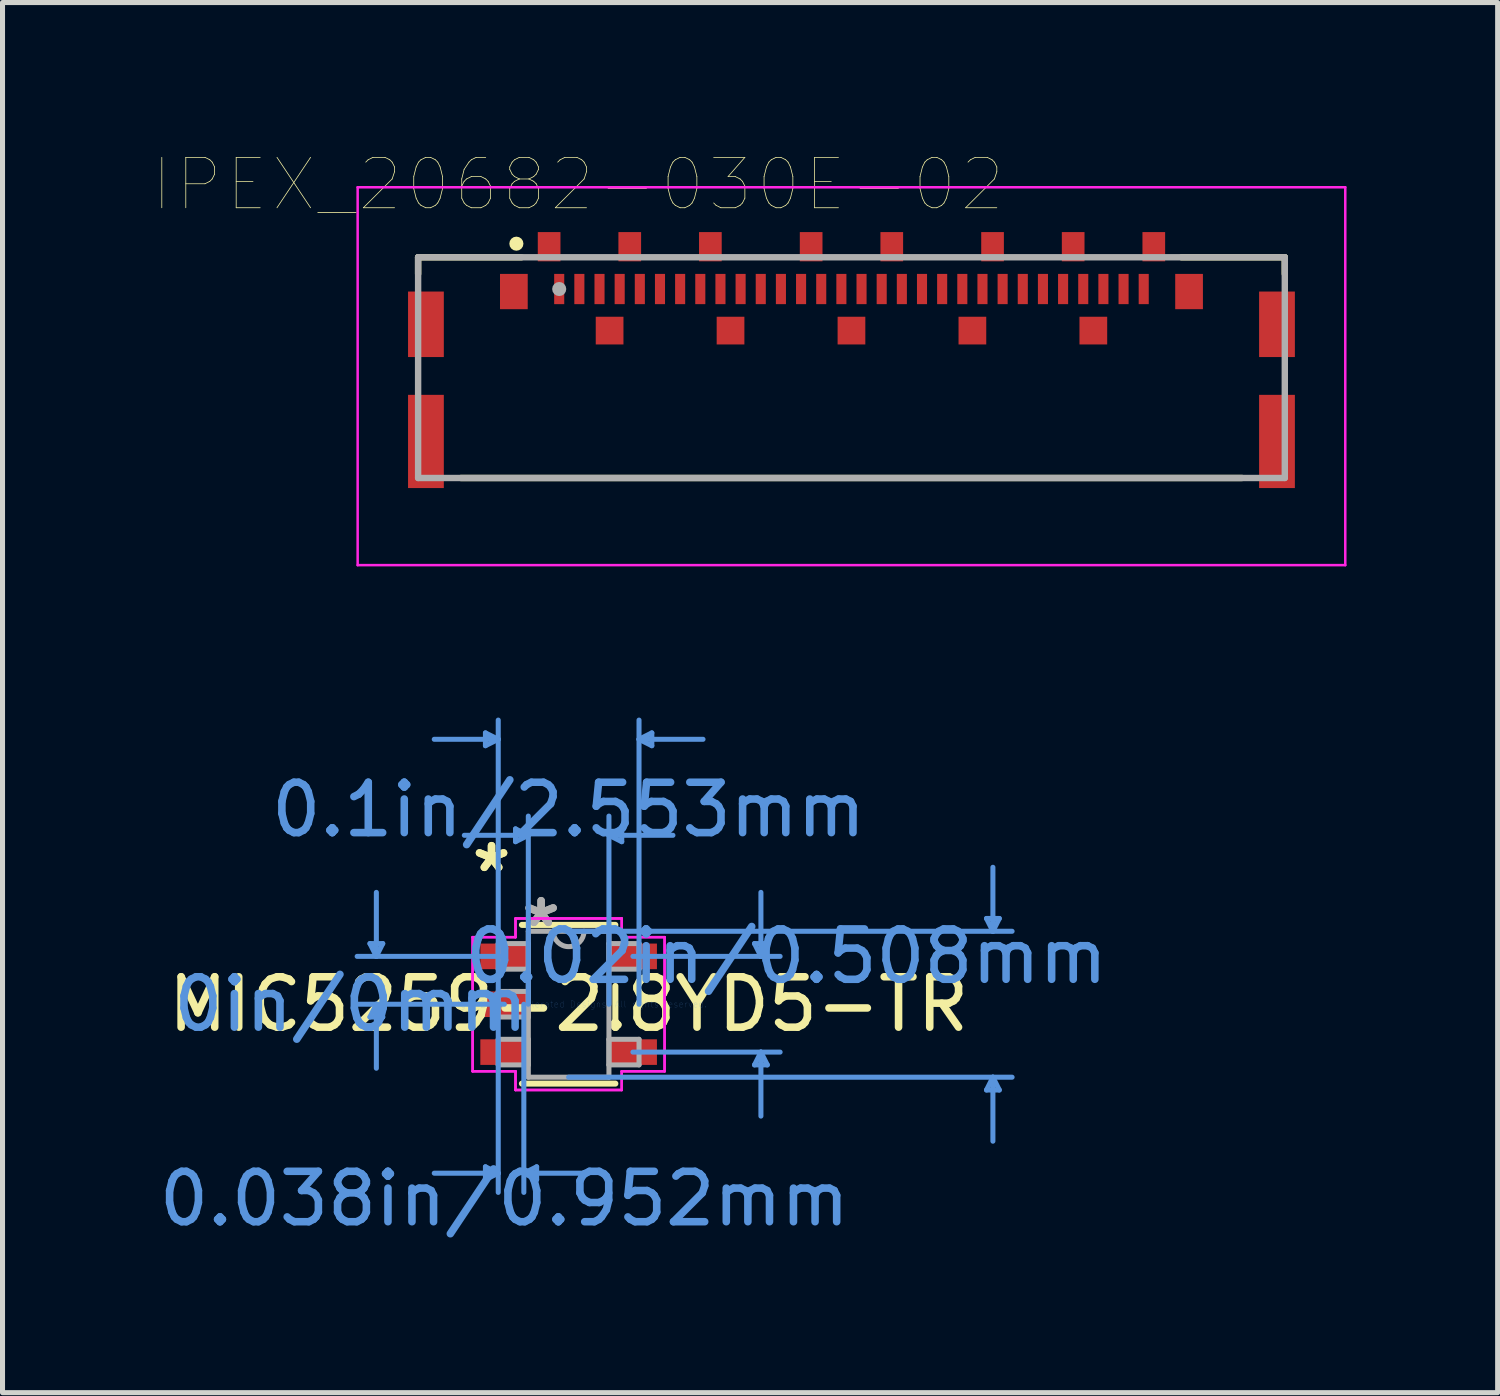
<source format=kicad_pcb>
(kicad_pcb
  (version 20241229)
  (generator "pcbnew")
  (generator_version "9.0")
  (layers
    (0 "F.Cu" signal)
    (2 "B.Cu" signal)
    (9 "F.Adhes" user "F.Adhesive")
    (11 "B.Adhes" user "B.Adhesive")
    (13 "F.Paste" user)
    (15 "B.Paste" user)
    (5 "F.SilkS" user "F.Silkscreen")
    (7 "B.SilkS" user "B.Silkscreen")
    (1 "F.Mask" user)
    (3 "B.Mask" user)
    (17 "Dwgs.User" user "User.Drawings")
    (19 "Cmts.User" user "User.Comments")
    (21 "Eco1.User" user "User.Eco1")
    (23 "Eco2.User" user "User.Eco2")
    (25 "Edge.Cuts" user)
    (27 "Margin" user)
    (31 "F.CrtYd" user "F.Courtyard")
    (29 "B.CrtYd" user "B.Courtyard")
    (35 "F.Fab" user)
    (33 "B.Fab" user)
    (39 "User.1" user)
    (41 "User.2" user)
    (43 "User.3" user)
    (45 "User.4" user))
  (footprint "IPEX_20682-030E-02"
    (layer "F.Cu")
    (at 13.848 2.686)
    (property "Reference" "IPEX_20682-030E-02" (at -5.425 -2.075 0) (layer "F.SilkS") (effects (font (size 1 1) (thickness 0.015))))
    (attr through_hole)
    (fp_line (start -8.6 -0.63) (end -6.55 -0.63) (stroke (width 0.127) (type solid)) (layer "F.SilkS"))
    (fp_line (start -8.6 -0.3) (end -8.6 -0.63) (stroke (width 0.127) (type solid)) (layer "F.SilkS"))
    (fp_line (start -7.75 3.75) (end 7.75 3.75) (stroke (width 0.127) (type solid)) (layer "F.SilkS"))
    (fp_line (start 8.6 -0.63) (end 6.55 -0.63) (stroke (width 0.127) (type solid)) (layer "F.SilkS"))
    (fp_line (start 8.6 -0.3) (end 8.6 -0.63) (stroke (width 0.127) (type solid)) (layer "F.SilkS"))
    (fp_circle (center -6.65 -0.9) (end -6.58 -0.9) (stroke (width 0.14) (type solid)) (fill no) (layer "F.SilkS"))
    (fp_line (start -9.8 -2.02) (end 9.8 -2.02) (stroke (width 0.05) (type solid)) (layer "F.CrtYd"))
    (fp_line (start -9.8 5.48) (end -9.8 -2.02) (stroke (width 0.05) (type solid)) (layer "F.CrtYd"))
    (fp_line (start 9.8 -2.02) (end 9.8 5.48) (stroke (width 0.05) (type solid)) (layer "F.CrtYd"))
    (fp_line (start 9.8 5.48) (end -9.8 5.48) (stroke (width 0.05) (type solid)) (layer "F.CrtYd"))
    (fp_line (start -8.6 -0.63) (end 8.6 -0.63) (stroke (width 0.127) (type solid)) (layer "F.Fab"))
    (fp_line (start -8.6 3.75) (end -8.6 -0.63) (stroke (width 0.127) (type solid)) (layer "F.Fab"))
    (fp_line (start 8.6 -0.63) (end 8.6 3.75) (stroke (width 0.127) (type solid)) (layer "F.Fab"))
    (fp_line (start 8.6 3.75) (end -8.6 3.75) (stroke (width 0.127) (type solid)) (layer "F.Fab"))
    (fp_circle (center -5.8 0) (end -5.73 0) (stroke (width 0.14) (type solid)) (fill no) (layer "F.Fab"))
    (pad "1" smd rect (at -5.8 0) (size 0.2 0.6) (layers "F.Cu" "F.Mask" "F.Paste"))
    (pad "2" smd rect (at -5.4 0) (size 0.2 0.6) (layers "F.Cu" "F.Mask" "F.Paste"))
    (pad "3" smd rect (at -5 0) (size 0.2 0.6) (layers "F.Cu" "F.Mask" "F.Paste"))
    (pad "4" smd rect (at -4.6 0) (size 0.2 0.6) (layers "F.Cu" "F.Mask" "F.Paste"))
    (pad "5" smd rect (at -4.2 0) (size 0.2 0.6) (layers "F.Cu" "F.Mask" "F.Paste"))
    (pad "6" smd rect (at -3.8 0) (size 0.2 0.6) (layers "F.Cu" "F.Mask" "F.Paste"))
    (pad "7" smd rect (at -3.4 0) (size 0.2 0.6) (layers "F.Cu" "F.Mask" "F.Paste"))
    (pad "8" smd rect (at -3 0) (size 0.2 0.6) (layers "F.Cu" "F.Mask" "F.Paste"))
    (pad "9" smd rect (at -2.6 0) (size 0.2 0.6) (layers "F.Cu" "F.Mask" "F.Paste"))
    (pad "10" smd rect (at -2.2 0) (size 0.2 0.6) (layers "F.Cu" "F.Mask" "F.Paste"))
    (pad "11" smd rect (at -1.8 0) (size 0.2 0.6) (layers "F.Cu" "F.Mask" "F.Paste"))
    (pad "12" smd rect (at -1.4 0) (size 0.2 0.6) (layers "F.Cu" "F.Mask" "F.Paste"))
    (pad "13" smd rect (at -1 0) (size 0.2 0.6) (layers "F.Cu" "F.Mask" "F.Paste"))
    (pad "14" smd rect (at -0.6 0) (size 0.2 0.6) (layers "F.Cu" "F.Mask" "F.Paste"))
    (pad "15" smd rect (at -0.2 0) (size 0.2 0.6) (layers "F.Cu" "F.Mask" "F.Paste"))
    (pad "16" smd rect (at 0.2 0) (size 0.2 0.6) (layers "F.Cu" "F.Mask" "F.Paste"))
    (pad "17" smd rect (at 0.6 0) (size 0.2 0.6) (layers "F.Cu" "F.Mask" "F.Paste"))
    (pad "18" smd rect (at 1 0) (size 0.2 0.6) (layers "F.Cu" "F.Mask" "F.Paste"))
    (pad "19" smd rect (at 1.4 0) (size 0.2 0.6) (layers "F.Cu" "F.Mask" "F.Paste"))
    (pad "20" smd rect (at 1.8 0) (size 0.2 0.6) (layers "F.Cu" "F.Mask" "F.Paste"))
    (pad "21" smd rect (at 2.2 0) (size 0.2 0.6) (layers "F.Cu" "F.Mask" "F.Paste"))
    (pad "22" smd rect (at 2.6 0) (size 0.2 0.6) (layers "F.Cu" "F.Mask" "F.Paste"))
    (pad "23" smd rect (at 3 0) (size 0.2 0.6) (layers "F.Cu" "F.Mask" "F.Paste"))
    (pad "24" smd rect (at 3.4 0) (size 0.2 0.6) (layers "F.Cu" "F.Mask" "F.Paste"))
    (pad "25" smd rect (at 3.8 0) (size 0.2 0.6) (layers "F.Cu" "F.Mask" "F.Paste"))
    (pad "26" smd rect (at 4.2 0) (size 0.2 0.6) (layers "F.Cu" "F.Mask" "F.Paste"))
    (pad "27" smd rect (at 4.6 0) (size 0.2 0.6) (layers "F.Cu" "F.Mask" "F.Paste"))
    (pad "28" smd rect (at 5 0) (size 0.2 0.6) (layers "F.Cu" "F.Mask" "F.Paste"))
    (pad "29" smd rect (at 5.4 0) (size 0.2 0.6) (layers "F.Cu" "F.Mask" "F.Paste"))
    (pad "30" smd rect (at 5.8 0) (size 0.2 0.6) (layers "F.Cu" "F.Mask" "F.Paste"))
    (pad "S1" smd rect (at -8.445 0.7) (size 0.71 1.3) (layers "F.Cu" "F.Mask" "F.Paste"))
    (pad "S2" smd rect (at 8.445 0.7) (size 0.71 1.3) (layers "F.Cu" "F.Mask" "F.Paste"))
    (pad "S3" smd rect (at -8.445 3.025) (size 0.71 1.85) (layers "F.Cu" "F.Mask" "F.Paste"))
    (pad "S4" smd rect (at 8.445 3.025) (size 0.71 1.85) (layers "F.Cu" "F.Mask" "F.Paste"))
    (pad "S5" smd rect (at -4.8 0.825) (size 0.55 0.55) (layers "F.Cu" "F.Mask" "F.Paste"))
    (pad "S6" smd rect (at -2.4 0.825) (size 0.55 0.55) (layers "F.Cu" "F.Mask" "F.Paste"))
    (pad "S7" smd rect (at 0 0.825) (size 0.55 0.55) (layers "F.Cu" "F.Mask" "F.Paste"))
    (pad "S8" smd rect (at -6 -0.84) (size 0.45 0.58) (layers "F.Cu" "F.Mask" "F.Paste"))
    (pad "S9" smd rect (at -4.4 -0.84) (size 0.45 0.58) (layers "F.Cu" "F.Mask" "F.Paste"))
    (pad "S10" smd rect (at -2.8 -0.84) (size 0.45 0.58) (layers "F.Cu" "F.Mask" "F.Paste"))
    (pad "S11" smd rect (at -0.8 -0.84) (size 0.45 0.58) (layers "F.Cu" "F.Mask" "F.Paste"))
    (pad "S12" smd rect (at -6.7 0.05) (size 0.55 0.7) (layers "F.Cu" "F.Mask" "F.Paste"))
    (pad "S13" smd rect (at 6.7 0.05) (size 0.55 0.7) (layers "F.Cu" "F.Mask" "F.Paste"))
    (pad "S14" smd rect (at 2.4 0.825) (size 0.55 0.55) (layers "F.Cu" "F.Mask" "F.Paste"))
    (pad "S15" smd rect (at 4.8 0.825) (size 0.55 0.55) (layers "F.Cu" "F.Mask" "F.Paste"))
    (pad "S16" smd rect (at 0.8 -0.84) (size 0.45 0.58) (layers "F.Cu" "F.Mask" "F.Paste"))
    (pad "S17" smd rect (at 2.8 -0.84) (size 0.45 0.58) (layers "F.Cu" "F.Mask" "F.Paste"))
    (pad "S18" smd rect (at 6 -0.84) (size 0.45 0.58) (layers "F.Cu" "F.Mask" "F.Paste"))
    (pad "S19" smd rect (at 4.4 -0.84) (size 0.45 0.58) (layers "F.Cu" "F.Mask" "F.Paste")))
  (footprint "MIC5259-2.8YD5-TR"
    (layer "F.Cu")
    (at 8.235 16.88)
    (property "Reference" "MIC5259-2.8YD5-TR" (at 0 0 0) (layer "F.SilkS") (effects (font (size 1 1) (thickness 0.15))))
    (attr through_hole)
    (fp_line (start -0.927 1.575) (end 0.927 1.575) (stroke (width 0.12) (type solid)) (layer "F.SilkS"))
    (fp_line (start 0.927 -1.575) (end -0.927 -1.575) (stroke (width 0.12) (type solid)) (layer "F.SilkS"))
    (fp_line (start 0.927 0.363) (end 0.927 -0.363) (stroke (width 0.12) (type solid)) (layer "F.SilkS"))
    (fp_line (start -3.943 -1.204) (end -3.689 -1.204) (stroke (width 0.1) (type solid)) (layer "Cmts.User"))
    (fp_line (start -3.943 0.254) (end -3.689 0.254) (stroke (width 0.1) (type solid)) (layer "Cmts.User"))
    (fp_line (start -3.816 -0.95) (end -3.943 -1.204) (stroke (width 0.1) (type solid)) (layer "Cmts.User"))
    (fp_line (start -3.816 -0.95) (end -3.816 -2.22) (stroke (width 0.1) (type solid)) (layer "Cmts.User"))
    (fp_line (start -3.816 -0.95) (end -3.689 -1.204) (stroke (width 0.1) (type solid)) (layer "Cmts.User"))
    (fp_line (start -3.816 0) (end -3.943 0.254) (stroke (width 0.1) (type solid)) (layer "Cmts.User"))
    (fp_line (start -3.816 0) (end -3.816 1.27) (stroke (width 0.1) (type solid)) (layer "Cmts.User"))
    (fp_line (start -3.816 0) (end -3.689 0.254) (stroke (width 0.1) (type solid)) (layer "Cmts.User"))
    (fp_line (start -1.651 -5.385) (end -1.651 -5.131) (stroke (width 0.1) (type solid)) (layer "Cmts.User"))
    (fp_line (start -1.651 3.226) (end -1.651 3.48) (stroke (width 0.1) (type solid)) (layer "Cmts.User"))
    (fp_line (start -1.397 -5.258) (end -2.667 -5.258) (stroke (width 0.1) (type solid)) (layer "Cmts.User"))
    (fp_line (start -1.397 -5.258) (end -1.651 -5.385) (stroke (width 0.1) (type solid)) (layer "Cmts.User"))
    (fp_line (start -1.397 -5.258) (end -1.651 -5.131) (stroke (width 0.1) (type solid)) (layer "Cmts.User"))
    (fp_line (start -1.397 0) (end -1.397 -5.639) (stroke (width 0.1) (type solid)) (layer "Cmts.User"))
    (fp_line (start -1.397 0) (end -1.397 3.734) (stroke (width 0.1) (type solid)) (layer "Cmts.User"))
    (fp_line (start -1.397 3.353) (end -2.667 3.353) (stroke (width 0.1) (type solid)) (layer "Cmts.User"))
    (fp_line (start -1.397 3.353) (end -1.651 3.226) (stroke (width 0.1) (type solid)) (layer "Cmts.User"))
    (fp_line (start -1.397 3.353) (end -1.651 3.48) (stroke (width 0.1) (type solid)) (layer "Cmts.User"))
    (fp_line (start -1.276 -0.95) (end -4.197 -0.95) (stroke (width 0.1) (type solid)) (layer "Cmts.User"))
    (fp_line (start -1.276 0) (end -4.197 0) (stroke (width 0.1) (type solid)) (layer "Cmts.User"))
    (fp_line (start -1.054 -3.48) (end -1.054 -3.226) (stroke (width 0.1) (type solid)) (layer "Cmts.User"))
    (fp_line (start -0.889 0) (end -0.889 3.734) (stroke (width 0.1) (type solid)) (layer "Cmts.User"))
    (fp_line (start -0.889 3.353) (end -0.635 3.226) (stroke (width 0.1) (type solid)) (layer "Cmts.User"))
    (fp_line (start -0.889 3.353) (end -0.635 3.48) (stroke (width 0.1) (type solid)) (layer "Cmts.User"))
    (fp_line (start -0.889 3.353) (end 0.381 3.353) (stroke (width 0.1) (type solid)) (layer "Cmts.User"))
    (fp_line (start -0.8 -3.353) (end -2.07 -3.353) (stroke (width 0.1) (type solid)) (layer "Cmts.User"))
    (fp_line (start -0.8 -3.353) (end -1.054 -3.48) (stroke (width 0.1) (type solid)) (layer "Cmts.User"))
    (fp_line (start -0.8 -3.353) (end -1.054 -3.226) (stroke (width 0.1) (type solid)) (layer "Cmts.User"))
    (fp_line (start -0.8 0) (end -0.8 -3.734) (stroke (width 0.1) (type solid)) (layer "Cmts.User"))
    (fp_line (start -0.635 3.226) (end -0.635 3.48) (stroke (width 0.1) (type solid)) (layer "Cmts.User"))
    (fp_line (start 0 -1.448) (end 8.801 -1.448) (stroke (width 0.1) (type solid)) (layer "Cmts.User"))
    (fp_line (start 0 1.448) (end 8.801 1.448) (stroke (width 0.1) (type solid)) (layer "Cmts.User"))
    (fp_line (start 0.8 -3.353) (end 1.054 -3.48) (stroke (width 0.1) (type solid)) (layer "Cmts.User"))
    (fp_line (start 0.8 -3.353) (end 1.054 -3.226) (stroke (width 0.1) (type solid)) (layer "Cmts.User"))
    (fp_line (start 0.8 -3.353) (end 2.07 -3.353) (stroke (width 0.1) (type solid)) (layer "Cmts.User"))
    (fp_line (start 0.8 0) (end 0.8 -3.734) (stroke (width 0.1) (type solid)) (layer "Cmts.User"))
    (fp_line (start 1.054 -3.48) (end 1.054 -3.226) (stroke (width 0.1) (type solid)) (layer "Cmts.User"))
    (fp_line (start 1.276 -0.95) (end 4.197 -0.95) (stroke (width 0.1) (type solid)) (layer "Cmts.User"))
    (fp_line (start 1.276 0.95) (end 4.197 0.95) (stroke (width 0.1) (type solid)) (layer "Cmts.User"))
    (fp_line (start 1.397 -5.258) (end 1.651 -5.385) (stroke (width 0.1) (type solid)) (layer "Cmts.User"))
    (fp_line (start 1.397 -5.258) (end 1.651 -5.131) (stroke (width 0.1) (type solid)) (layer "Cmts.User"))
    (fp_line (start 1.397 -5.258) (end 2.667 -5.258) (stroke (width 0.1) (type solid)) (layer "Cmts.User"))
    (fp_line (start 1.397 0) (end 1.397 -5.639) (stroke (width 0.1) (type solid)) (layer "Cmts.User"))
    (fp_line (start 1.651 -5.385) (end 1.651 -5.131) (stroke (width 0.1) (type solid)) (layer "Cmts.User"))
    (fp_line (start 3.689 -1.204) (end 3.943 -1.204) (stroke (width 0.1) (type solid)) (layer "Cmts.User"))
    (fp_line (start 3.689 1.204) (end 3.943 1.204) (stroke (width 0.1) (type solid)) (layer "Cmts.User"))
    (fp_line (start 3.816 -0.95) (end 3.689 -1.204) (stroke (width 0.1) (type solid)) (layer "Cmts.User"))
    (fp_line (start 3.816 -0.95) (end 3.816 -2.22) (stroke (width 0.1) (type solid)) (layer "Cmts.User"))
    (fp_line (start 3.816 -0.95) (end 3.943 -1.204) (stroke (width 0.1) (type solid)) (layer "Cmts.User"))
    (fp_line (start 3.816 0.95) (end 3.689 1.204) (stroke (width 0.1) (type solid)) (layer "Cmts.User"))
    (fp_line (start 3.816 0.95) (end 3.816 2.22) (stroke (width 0.1) (type solid)) (layer "Cmts.User"))
    (fp_line (start 3.816 0.95) (end 3.943 1.204) (stroke (width 0.1) (type solid)) (layer "Cmts.User"))
    (fp_line (start 8.293 -1.702) (end 8.547 -1.702) (stroke (width 0.1) (type solid)) (layer "Cmts.User"))
    (fp_line (start 8.293 1.702) (end 8.547 1.702) (stroke (width 0.1) (type solid)) (layer "Cmts.User"))
    (fp_line (start 8.42 -1.448) (end 8.293 -1.702) (stroke (width 0.1) (type solid)) (layer "Cmts.User"))
    (fp_line (start 8.42 -1.448) (end 8.42 -2.718) (stroke (width 0.1) (type solid)) (layer "Cmts.User"))
    (fp_line (start 8.42 -1.448) (end 8.547 -1.702) (stroke (width 0.1) (type solid)) (layer "Cmts.User"))
    (fp_line (start 8.42 1.448) (end 8.293 1.702) (stroke (width 0.1) (type solid)) (layer "Cmts.User"))
    (fp_line (start 8.42 1.448) (end 8.42 2.718) (stroke (width 0.1) (type solid)) (layer "Cmts.User"))
    (fp_line (start 8.42 1.448) (end 8.547 1.702) (stroke (width 0.1) (type solid)) (layer "Cmts.User"))
    (fp_line (start -1.905 -1.331) (end -1.054 -1.331) (stroke (width 0.05) (type solid)) (layer "F.CrtYd"))
    (fp_line (start -1.905 -1.331) (end -1.054 -1.331) (stroke (width 0.05) (type solid)) (layer "F.CrtYd"))
    (fp_line (start -1.905 1.331) (end -1.905 -1.331) (stroke (width 0.05) (type solid)) (layer "F.CrtYd"))
    (fp_line (start -1.905 1.331) (end -1.905 -1.331) (stroke (width 0.05) (type solid)) (layer "F.CrtYd"))
    (fp_line (start -1.054 -1.702) (end 1.054 -1.702) (stroke (width 0.05) (type solid)) (layer "F.CrtYd"))
    (fp_line (start -1.054 -1.702) (end 1.054 -1.702) (stroke (width 0.05) (type solid)) (layer "F.CrtYd"))
    (fp_line (start -1.054 -1.331) (end -1.054 -1.702) (stroke (width 0.05) (type solid)) (layer "F.CrtYd"))
    (fp_line (start -1.054 -1.331) (end -1.054 -1.702) (stroke (width 0.05) (type solid)) (layer "F.CrtYd"))
    (fp_line (start -1.054 1.331) (end -1.905 1.331) (stroke (width 0.05) (type solid)) (layer "F.CrtYd"))
    (fp_line (start -1.054 1.331) (end -1.905 1.331) (stroke (width 0.05) (type solid)) (layer "F.CrtYd"))
    (fp_line (start -1.054 1.702) (end -1.054 1.331) (stroke (width 0.05) (type solid)) (layer "F.CrtYd"))
    (fp_line (start -1.054 1.702) (end -1.054 1.331) (stroke (width 0.05) (type solid)) (layer "F.CrtYd"))
    (fp_line (start 1.054 -1.702) (end 1.054 -1.331) (stroke (width 0.05) (type solid)) (layer "F.CrtYd"))
    (fp_line (start 1.054 -1.702) (end 1.054 -1.331) (stroke (width 0.05) (type solid)) (layer "F.CrtYd"))
    (fp_line (start 1.054 -1.331) (end 1.905 -1.331) (stroke (width 0.05) (type solid)) (layer "F.CrtYd"))
    (fp_line (start 1.054 -1.331) (end 1.905 -1.331) (stroke (width 0.05) (type solid)) (layer "F.CrtYd"))
    (fp_line (start 1.054 1.331) (end 1.054 1.702) (stroke (width 0.05) (type solid)) (layer "F.CrtYd"))
    (fp_line (start 1.054 1.331) (end 1.054 1.702) (stroke (width 0.05) (type solid)) (layer "F.CrtYd"))
    (fp_line (start 1.054 1.702) (end -1.054 1.702) (stroke (width 0.05) (type solid)) (layer "F.CrtYd"))
    (fp_line (start 1.054 1.702) (end -1.054 1.702) (stroke (width 0.05) (type solid)) (layer "F.CrtYd"))
    (fp_line (start 1.905 -1.331) (end 1.905 1.331) (stroke (width 0.05) (type solid)) (layer "F.CrtYd"))
    (fp_line (start 1.905 -1.331) (end 1.905 1.331) (stroke (width 0.05) (type solid)) (layer "F.CrtYd"))
    (fp_line (start 1.905 1.331) (end 1.054 1.331) (stroke (width 0.05) (type solid)) (layer "F.CrtYd"))
    (fp_line (start 1.905 1.331) (end 1.054 1.331) (stroke (width 0.05) (type solid)) (layer "F.CrtYd"))
    (fp_line (start -1.397 -1.204) (end -1.397 -0.696) (stroke (width 0.1) (type solid)) (layer "F.Fab"))
    (fp_line (start -1.397 -0.696) (end -0.8 -0.696) (stroke (width 0.1) (type solid)) (layer "F.Fab"))
    (fp_line (start -1.397 -0.254) (end -1.397 0.254) (stroke (width 0.1) (type solid)) (layer "F.Fab"))
    (fp_line (start -1.397 0.254) (end -0.8 0.254) (stroke (width 0.1) (type solid)) (layer "F.Fab"))
    (fp_line (start -1.397 0.696) (end -1.397 1.204) (stroke (width 0.1) (type solid)) (layer "F.Fab"))
    (fp_line (start -1.397 1.204) (end -0.8 1.204) (stroke (width 0.1) (type solid)) (layer "F.Fab"))
    (fp_line (start -0.8 -1.448) (end -0.8 1.448) (stroke (width 0.1) (type solid)) (layer "F.Fab"))
    (fp_line (start -0.8 -1.204) (end -1.397 -1.204) (stroke (width 0.1) (type solid)) (layer "F.Fab"))
    (fp_line (start -0.8 -0.696) (end -0.8 -1.204) (stroke (width 0.1) (type solid)) (layer "F.Fab"))
    (fp_line (start -0.8 -0.254) (end -1.397 -0.254) (stroke (width 0.1) (type solid)) (layer "F.Fab"))
    (fp_line (start -0.8 0.254) (end -0.8 -0.254) (stroke (width 0.1) (type solid)) (layer "F.Fab"))
    (fp_line (start -0.8 0.696) (end -1.397 0.696) (stroke (width 0.1) (type solid)) (layer "F.Fab"))
    (fp_line (start -0.8 1.204) (end -0.8 0.696) (stroke (width 0.1) (type solid)) (layer "F.Fab"))
    (fp_line (start -0.8 1.448) (end 0.8 1.448) (stroke (width 0.1) (type solid)) (layer "F.Fab"))
    (fp_line (start 0.8 -1.448) (end -0.8 -1.448) (stroke (width 0.1) (type solid)) (layer "F.Fab"))
    (fp_line (start 0.8 -1.204) (end 0.8 -0.696) (stroke (width 0.1) (type solid)) (layer "F.Fab"))
    (fp_line (start 0.8 -0.696) (end 1.397 -0.696) (stroke (width 0.1) (type solid)) (layer "F.Fab"))
    (fp_line (start 0.8 0.696) (end 0.8 1.204) (stroke (width 0.1) (type solid)) (layer "F.Fab"))
    (fp_line (start 0.8 1.204) (end 1.397 1.204) (stroke (width 0.1) (type solid)) (layer "F.Fab"))
    (fp_line (start 0.8 1.448) (end 0.8 -1.448) (stroke (width 0.1) (type solid)) (layer "F.Fab"))
    (fp_line (start 1.397 -1.204) (end 0.8 -1.204) (stroke (width 0.1) (type solid)) (layer "F.Fab"))
    (fp_line (start 1.397 -0.696) (end 1.397 -1.204) (stroke (width 0.1) (type solid)) (layer "F.Fab"))
    (fp_line (start 1.397 0.696) (end 0.8 0.696) (stroke (width 0.1) (type solid)) (layer "F.Fab"))
    (fp_line (start 1.397 1.204) (end 1.397 0.696) (stroke (width 0.1) (type solid)) (layer "F.Fab"))
    (fp_arc (start 0.3048 -1.4478) (mid 0 -1.143) (end -0.3048 -1.4478) (stroke (width 0.1) (type solid)) (layer "F.Fab"))
    (fp_text user "*" (at -1.53 -2.601 0) (layer "F.SilkS") (effects (font (size 1 1) (thickness 0.15))))
    (fp_text user "*" (at -1.53 -2.601 0) (layer "F.SilkS") (effects (font (size 1 1) (thickness 0.15))))
    (fp_text user "0.02in/0.508mm" (at 4.324 -0.95 0) (layer "Cmts.User") (effects (font (size 1 1) (thickness 0.15))))
    (fp_text user "0.1in/2.553mm" (at 0 -3.861 0) (layer "Cmts.User") (effects (font (size 1 1) (thickness 0.15))))
    (fp_text user "0.038in/0.952mm" (at -1.276 3.861 0) (layer "Cmts.User") (effects (font (size 1 1) (thickness 0.15))))
    (fp_text user "0in/0mm" (at -4.324 0 0) (layer "Cmts.User") (effects (font (size 1 1) (thickness 0.15))))
    (fp_text user "Copyright 2021 Accelerated Designs. All rights reserved." (at 0 0 0) (layer "Cmts.User") (effects (font (size 0.127 0.127) (thickness 0.002))))
    (fp_text user "*" (at -0.546 -1.509 0) (layer "F.Fab") (effects (font (size 1 1) (thickness 0.15))))
    (fp_text user "*" (at -0.546 -1.509 0) (layer "F.Fab") (effects (font (size 1 1) (thickness 0.15))))
    (pad "1" smd rect (at -1.276 -0.95) (size 0.953 0.508) (layers "F.Cu" "F.Mask" "F.Paste"))
    (pad "2" smd rect (at -1.276 0) (size 0.953 0.508) (layers "F.Cu" "F.Mask" "F.Paste"))
    (pad "3" smd rect (at -1.276 0.95) (size 0.953 0.508) (layers "F.Cu" "F.Mask" "F.Paste"))
    (pad "4" smd rect (at 1.276 0.95) (size 0.953 0.508) (layers "F.Cu" "F.Mask" "F.Paste"))
    (pad "5" smd rect (at 1.276 -0.95) (size 0.953 0.508) (layers "F.Cu" "F.Mask" "F.Paste")))
  (gr_rect
    (start -3 -3)
    (end 26.672 24.589)
    (stroke (width 0.1) (type default))
    (fill no)
    (layer "Edge.Cuts")))
</source>
